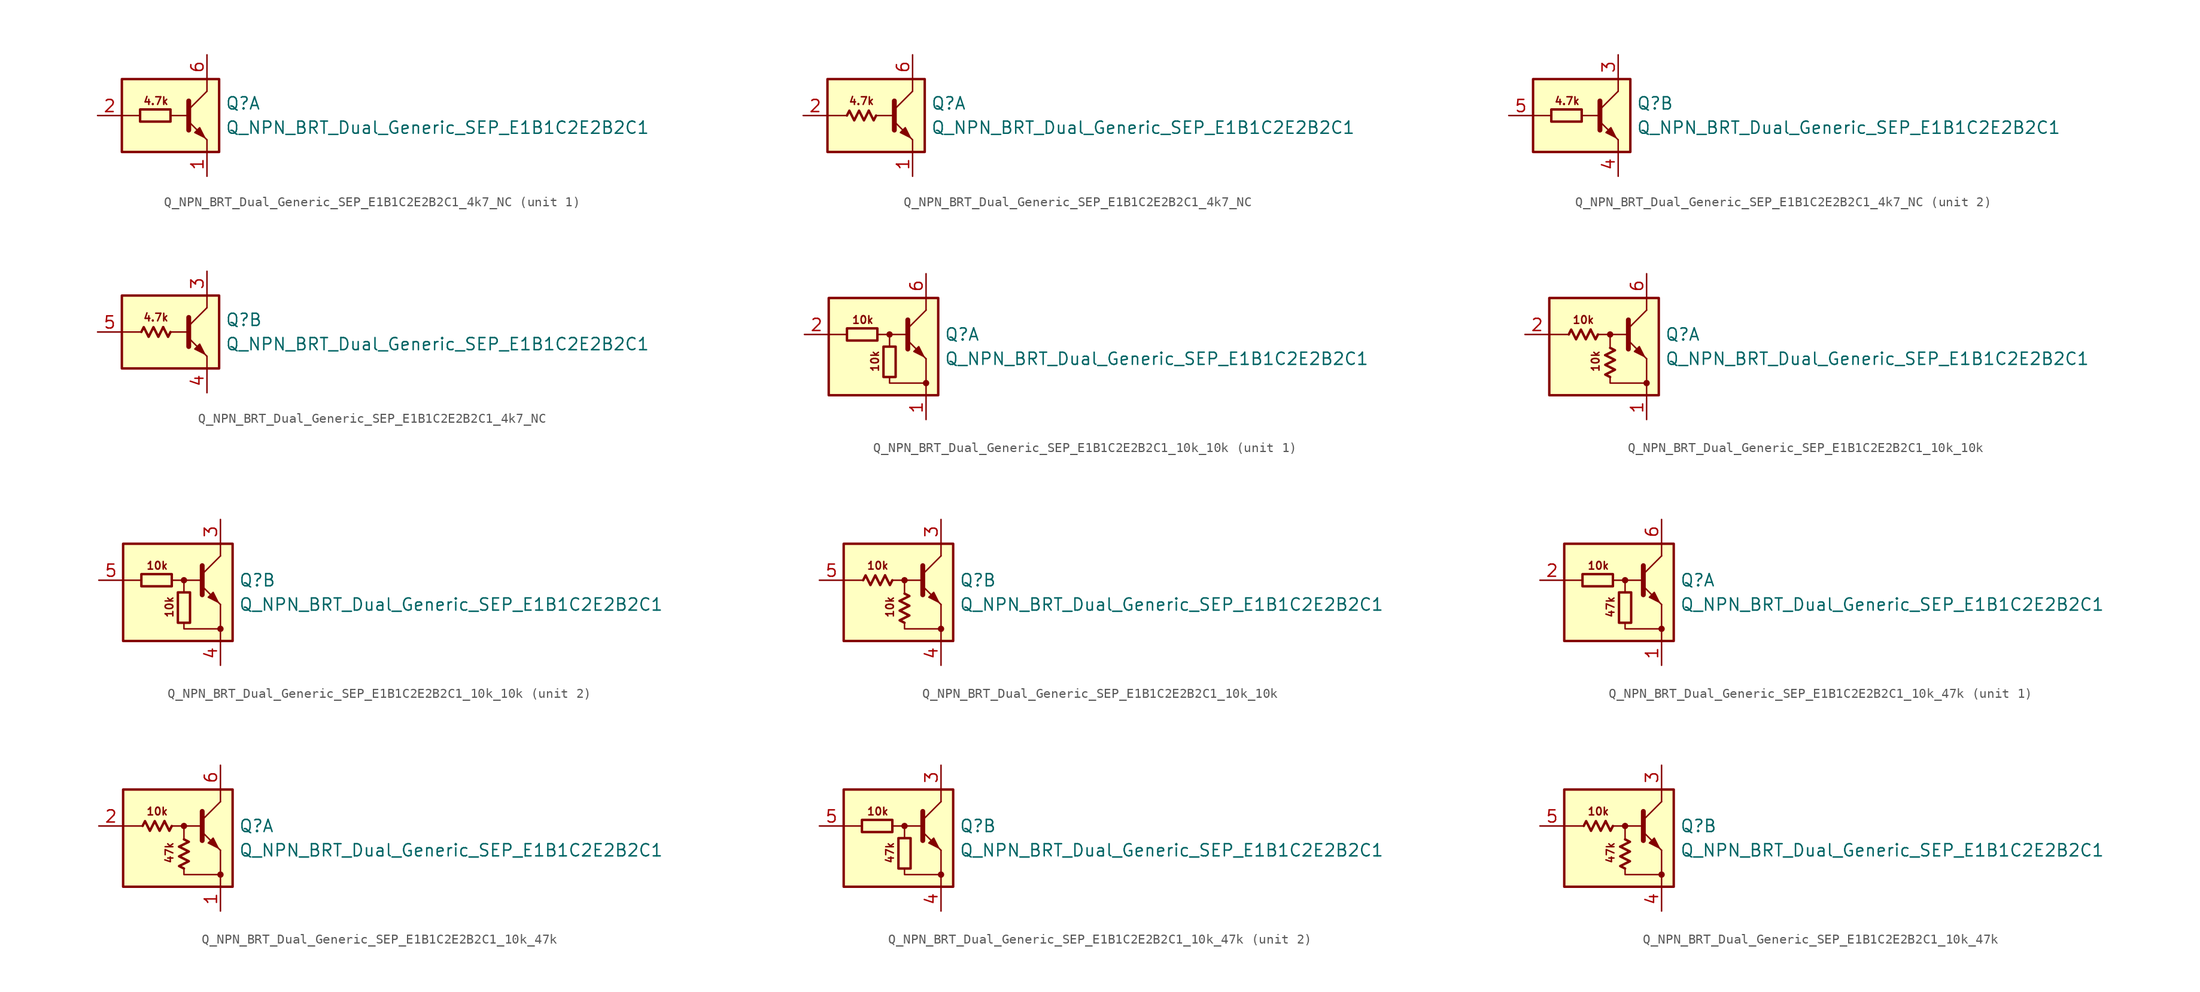
<source format=kicad_sym>
(kicad_symbol_lib
  (version 20220914)
  (generator kicad_symbol_editor)
  (symbol "Q_NPN_BRT_Dual_Generic_SEP_E1B1C2E2B2C1_4k7_NC"
    (pin_names
      (offset 1.016) hide)
    (property "Reference" "Q"
      (at 5.715 1.27 0)
      (effects (font (size 1.27 1.27)) (justify left)))
    (property "Value" "Q_NPN_BRT_Dual_Generic_SEP_E1B1C2E2B2C1"
      (at 5.715 -1.27 0)
      (effects (font (size 1.27 1.27)) (justify left)))
    (property "ki_locked" ""
      (at 0 0 0)
      (effects (font (size 1.27 1.27))))
    (symbol "Q_NPN_BRT_Dual_Generic_SEP_E1B1C2E2B2C1_4k7_NC_0_2"
      (polyline (pts (xy -0.762 0.508) (xy -0.254 -0.508) (xy 0 0)) (stroke (width 0.254) (type default)) (fill (type none)))
      (polyline (pts (xy -3.048 0) (xy -2.794 0.508) (xy -2.286 -0.508) (xy -1.778 0.508) (xy -1.27 -0.508) (xy -0.762 0.508)) (stroke (width 0.254) (type default)) (fill (type none))))
    (symbol "Q_NPN_BRT_Dual_Generic_SEP_E1B1C2E2B2C1_4k7_NC_1_0"
      (rectangle (start -5.08 3.81) (end 5.08 -3.81) (stroke (width 0.254) (type default)) (fill (type background)))
      (polyline (pts (xy -3.175 0) (xy -5.08 0)) (stroke (width 0) (type default)) (fill (type none)))
      (polyline (pts (xy 0 0) (xy 1.905 0)) (stroke (width 0) (type default)) (fill (type none)))
      (polyline (pts (xy 1.905 0.635) (xy 3.81 2.54)) (stroke (width 0) (type default)) (fill (type none)))
      (polyline (pts (xy 1.905 1.524) (xy 1.905 -1.524)) (stroke (width 0.508) (type default)) (fill (type none)))
      (polyline (pts (xy 3.81 -2.54) (xy 3.81 -3.81)) (stroke (width 0) (type default)) (fill (type none)))
      (polyline (pts (xy 3.81 2.54) (xy 3.81 3.81)) (stroke (width 0) (type default)) (fill (type none)))
      (polyline (pts (xy 1.905 -0.635) (xy 3.81 -2.54) (xy 3.81 -2.54)) (stroke (width 0) (type default)) (fill (type none)))
      (polyline (pts (xy 2.54 -1.778) (xy 3.048 -1.27) (xy 3.556 -2.286) (xy 2.54 -1.778) (xy 2.54 -1.778)) (stroke (width 0) (type default)) (fill (type outline)))
      (text "4.7k" (at -1.524 1.524 0) (effects (font (size 0.8 0.8)))))
    (symbol "Q_NPN_BRT_Dual_Generic_SEP_E1B1C2E2B2C1_4k7_NC_1_1"
      (rectangle (start -3.175 0.635) (end 0 -0.635) (stroke (width 0.254) (type default)) (fill (type none)))
      (pin passive line (at 3.81 -6.35 90) (length 2.54) (name "E1" (effects (font (size 1.27 1.27)))) (number "1" (effects (font (size 1.27 1.27)))))
      (pin passive line (at -7.62 0 0) (length 2.54) (name "B1" (effects (font (size 1.27 1.27)))) (number "2" (effects (font (size 1.27 1.27)))))
      (pin passive line (at 3.81 6.35 270) (length 2.54) (name "C1" (effects (font (size 1.27 1.27)))) (number "6" (effects (font (size 1.27 1.27))))))
    (symbol "Q_NPN_BRT_Dual_Generic_SEP_E1B1C2E2B2C1_4k7_NC_1_2"
      (pin passive line (at 3.81 -6.35 90) (length 2.54) (name "E1" (effects (font (size 1.27 1.27)))) (number "1" (effects (font (size 1.27 1.27)))))
      (pin passive line (at -7.62 0 0) (length 2.54) (name "B1" (effects (font (size 1.27 1.27)))) (number "2" (effects (font (size 1.27 1.27)))))
      (pin passive line (at 3.81 6.35 270) (length 2.54) (name "C1" (effects (font (size 1.27 1.27)))) (number "6" (effects (font (size 1.27 1.27))))))
    (symbol "Q_NPN_BRT_Dual_Generic_SEP_E1B1C2E2B2C1_4k7_NC_2_0"
      (rectangle (start -5.08 3.81) (end 5.08 -3.81) (stroke (width 0.254) (type default)) (fill (type background)))
      (polyline (pts (xy -3.175 0) (xy -5.08 0)) (stroke (width 0) (type default)) (fill (type none)))
      (polyline (pts (xy 0 0) (xy 1.905 0)) (stroke (width 0) (type default)) (fill (type none)))
      (polyline (pts (xy 1.905 0.635) (xy 3.81 2.54)) (stroke (width 0) (type default)) (fill (type none)))
      (polyline (pts (xy 1.905 1.524) (xy 1.905 -1.524)) (stroke (width 0.508) (type default)) (fill (type none)))
      (polyline (pts (xy 3.81 -2.54) (xy 3.81 -3.81)) (stroke (width 0) (type default)) (fill (type none)))
      (polyline (pts (xy 3.81 2.54) (xy 3.81 3.81)) (stroke (width 0) (type default)) (fill (type none)))
      (polyline (pts (xy 1.905 -0.635) (xy 3.81 -2.54) (xy 3.81 -2.54)) (stroke (width 0) (type default)) (fill (type none)))
      (polyline (pts (xy 2.54 -1.778) (xy 3.048 -1.27) (xy 3.556 -2.286) (xy 2.54 -1.778) (xy 2.54 -1.778)) (stroke (width 0) (type default)) (fill (type outline)))
      (text "4.7k" (at -1.524 1.524 0) (effects (font (size 0.8 0.8)))))
    (symbol "Q_NPN_BRT_Dual_Generic_SEP_E1B1C2E2B2C1_4k7_NC_2_1"
      (rectangle (start -3.175 0.635) (end 0 -0.635) (stroke (width 0.254) (type default)) (fill (type none)))
      (pin passive line (at 3.81 6.35 270) (length 2.54) (name "C2" (effects (font (size 1.27 1.27)))) (number "3" (effects (font (size 1.27 1.27)))))
      (pin passive line (at 3.81 -6.35 90) (length 2.54) (name "E2" (effects (font (size 1.27 1.27)))) (number "4" (effects (font (size 1.27 1.27)))))
      (pin input line (at -7.62 0 0) (length 2.54) (name "B2" (effects (font (size 1.27 1.27)))) (number "5" (effects (font (size 1.27 1.27))))))
    (symbol "Q_NPN_BRT_Dual_Generic_SEP_E1B1C2E2B2C1_4k7_NC_2_2"
      (pin passive line (at 3.81 6.35 270) (length 2.54) (name "C2" (effects (font (size 1.27 1.27)))) (number "3" (effects (font (size 1.27 1.27)))))
      (pin passive line (at 3.81 -6.35 90) (length 2.54) (name "E2" (effects (font (size 1.27 1.27)))) (number "4" (effects (font (size 1.27 1.27)))))
      (pin input line (at -7.62 0 0) (length 2.54) (name "B2" (effects (font (size 1.27 1.27)))) (number "5" (effects (font (size 1.27 1.27)))))))
  (symbol "Q_NPN_BRT_Dual_Generic_SEP_E1B1C2E2B2C1_10k_10k"
    (pin_names
      (offset 1.016) hide)
    (property "Reference" "Q"
      (at 5.715 1.27 0)
      (effects (font (size 1.27 1.27)) (justify left)))
    (property "Value" "Q_NPN_BRT_Dual_Generic_SEP_E1B1C2E2B2C1"
      (at 5.715 -1.27 0)
      (effects (font (size 1.27 1.27)) (justify left)))
    (property "ki_locked" ""
      (at 0 0 0)
      (effects (font (size 1.27 1.27))))
    (symbol "Q_NPN_BRT_Dual_Generic_SEP_E1B1C2E2B2C1_10k_10k_0_2"
      (polyline (pts (xy -2.032 1.778) (xy -1.524 0.762) (xy -1.27 1.27)) (stroke (width 0.254) (type default)) (fill (type none)))
      (polyline (pts (xy -0.508 -0.889) (xy 0.508 -0.381) (xy 0 -0.127)) (stroke (width 0.254) (type default)) (fill (type none)))
      (polyline (pts (xy -4.318 1.27) (xy -4.064 1.778) (xy -3.556 0.762) (xy -3.048 1.778) (xy -2.54 0.762) (xy -2.032 1.778)) (stroke (width 0.254) (type default)) (fill (type none)))
      (polyline (pts (xy 0 -3.175) (xy -0.508 -2.921) (xy 0.508 -2.413) (xy -0.508 -1.905) (xy 0.508 -1.397) (xy -0.508 -0.889)) (stroke (width 0.254) (type default)) (fill (type none))))
    (symbol "Q_NPN_BRT_Dual_Generic_SEP_E1B1C2E2B2C1_10k_10k_1_0"
      (rectangle (start -6.35 5.08) (end 5.08 -5.08) (stroke (width 0.254) (type default)) (fill (type background)))
      (polyline (pts (xy -4.445 1.27) (xy -6.35 1.27)) (stroke (width 0) (type default)) (fill (type none)))
      (polyline (pts (xy -0.254 1.27) (xy 1.905 1.27)) (stroke (width 0) (type default)) (fill (type none)))
      (polyline (pts (xy 1.905 1.905) (xy 3.81 3.81)) (stroke (width 0) (type default)) (fill (type none)))
      (polyline (pts (xy 1.905 2.794) (xy 1.905 -0.254)) (stroke (width 0.508) (type default)) (fill (type none)))
      (polyline (pts (xy 3.81 -3.81) (xy 3.81 -5.08)) (stroke (width 0) (type default)) (fill (type none)))
      (polyline (pts (xy 3.81 -3.81) (xy 3.81 -1.27)) (stroke (width 0) (type default)) (fill (type none)))
      (polyline (pts (xy 3.81 3.81) (xy 3.81 5.08)) (stroke (width 0) (type default)) (fill (type none)))
      (polyline (pts (xy -1.27 1.27) (xy 0 1.27) (xy 0 0)) (stroke (width 0) (type default)) (fill (type none)))
      (polyline (pts (xy 0 -3.175) (xy 0 -3.81) (xy 3.81 -3.81)) (stroke (width 0) (type default)) (fill (type none)))
      (polyline (pts (xy 1.905 0.635) (xy 3.81 -1.27) (xy 3.81 -1.27)) (stroke (width 0) (type default)) (fill (type none)))
      (polyline (pts (xy 2.54 -0.508) (xy 3.048 0) (xy 3.556 -1.016) (xy 2.54 -0.508) (xy 2.54 -0.508)) (stroke (width 0) (type default)) (fill (type outline)))
      (circle (center 0 1.27) (radius 0.254) (stroke (width 0) (type default)) (fill (type outline)))
      (circle (center 3.81 -3.81) (radius 0.254) (stroke (width 0) (type default)) (fill (type outline)))
      (text "10k" (at -2.794 2.794 0) (effects (font (size 0.8 0.8))))
      (text "10k" (at -1.524 -1.524 900) (effects (font (size 0.8 0.8)))))
    (symbol "Q_NPN_BRT_Dual_Generic_SEP_E1B1C2E2B2C1_10k_10k_1_1"
      (rectangle (start -4.445 1.905) (end -1.27 0.635) (stroke (width 0.254) (type default)) (fill (type none)))
      (rectangle (start -0.635 0) (end 0.635 -3.175) (stroke (width 0.254) (type default)) (fill (type none)))
      (pin passive line (at 3.81 -7.62 90) (length 2.54) (name "E1" (effects (font (size 1.27 1.27)))) (number "1" (effects (font (size 1.27 1.27)))))
      (pin passive line (at -8.89 1.27 0) (length 2.54) (name "B1" (effects (font (size 1.27 1.27)))) (number "2" (effects (font (size 1.27 1.27)))))
      (pin passive line (at 3.81 7.62 270) (length 2.54) (name "C1" (effects (font (size 1.27 1.27)))) (number "6" (effects (font (size 1.27 1.27))))))
    (symbol "Q_NPN_BRT_Dual_Generic_SEP_E1B1C2E2B2C1_10k_10k_1_2"
      (pin passive line (at 3.81 -7.62 90) (length 2.54) (name "E1" (effects (font (size 1.27 1.27)))) (number "1" (effects (font (size 1.27 1.27)))))
      (pin passive line (at -8.89 1.27 0) (length 2.54) (name "B1" (effects (font (size 1.27 1.27)))) (number "2" (effects (font (size 1.27 1.27)))))
      (pin passive line (at 3.81 7.62 270) (length 2.54) (name "C1" (effects (font (size 1.27 1.27)))) (number "6" (effects (font (size 1.27 1.27))))))
    (symbol "Q_NPN_BRT_Dual_Generic_SEP_E1B1C2E2B2C1_10k_10k_2_0"
      (rectangle (start -6.35 5.08) (end 5.08 -5.08) (stroke (width 0.254) (type default)) (fill (type background)))
      (polyline (pts (xy -4.445 1.27) (xy -6.35 1.27)) (stroke (width 0) (type default)) (fill (type none)))
      (polyline (pts (xy -0.254 1.27) (xy 1.905 1.27)) (stroke (width 0) (type default)) (fill (type none)))
      (polyline (pts (xy 1.905 1.905) (xy 3.81 3.81)) (stroke (width 0) (type default)) (fill (type none)))
      (polyline (pts (xy 1.905 2.794) (xy 1.905 -0.254)) (stroke (width 0.508) (type default)) (fill (type none)))
      (polyline (pts (xy 3.81 -3.81) (xy 3.81 -5.08)) (stroke (width 0) (type default)) (fill (type none)))
      (polyline (pts (xy 3.81 -3.81) (xy 3.81 -1.27)) (stroke (width 0) (type default)) (fill (type none)))
      (polyline (pts (xy 3.81 3.81) (xy 3.81 5.08)) (stroke (width 0) (type default)) (fill (type none)))
      (polyline (pts (xy -1.27 1.27) (xy 0 1.27) (xy 0 0)) (stroke (width 0) (type default)) (fill (type none)))
      (polyline (pts (xy 0 -3.175) (xy 0 -3.81) (xy 3.81 -3.81)) (stroke (width 0) (type default)) (fill (type none)))
      (polyline (pts (xy 1.905 0.635) (xy 3.81 -1.27) (xy 3.81 -1.27)) (stroke (width 0) (type default)) (fill (type none)))
      (polyline (pts (xy 2.54 -0.508) (xy 3.048 0) (xy 3.556 -1.016) (xy 2.54 -0.508) (xy 2.54 -0.508)) (stroke (width 0) (type default)) (fill (type outline)))
      (circle (center 0 1.27) (radius 0.254) (stroke (width 0) (type default)) (fill (type outline)))
      (circle (center 3.81 -3.81) (radius 0.254) (stroke (width 0) (type default)) (fill (type outline)))
      (text "10k" (at -2.794 2.794 0) (effects (font (size 0.8 0.8))))
      (text "10k" (at -1.524 -1.524 900) (effects (font (size 0.8 0.8)))))
    (symbol "Q_NPN_BRT_Dual_Generic_SEP_E1B1C2E2B2C1_10k_10k_2_1"
      (rectangle (start -4.445 1.905) (end -1.27 0.635) (stroke (width 0.254) (type default)) (fill (type none)))
      (rectangle (start -0.635 0) (end 0.635 -3.175) (stroke (width 0.254) (type default)) (fill (type none)))
      (pin passive line (at 3.81 7.62 270) (length 2.54) (name "C2" (effects (font (size 1.27 1.27)))) (number "3" (effects (font (size 1.27 1.27)))))
      (pin passive line (at 3.81 -7.62 90) (length 2.54) (name "E2" (effects (font (size 1.27 1.27)))) (number "4" (effects (font (size 1.27 1.27)))))
      (pin input line (at -8.89 1.27 0) (length 2.54) (name "B2" (effects (font (size 1.27 1.27)))) (number "5" (effects (font (size 1.27 1.27))))))
    (symbol "Q_NPN_BRT_Dual_Generic_SEP_E1B1C2E2B2C1_10k_10k_2_2"
      (pin passive line (at 3.81 7.62 270) (length 2.54) (name "C2" (effects (font (size 1.27 1.27)))) (number "3" (effects (font (size 1.27 1.27)))))
      (pin passive line (at 3.81 -7.62 90) (length 2.54) (name "E2" (effects (font (size 1.27 1.27)))) (number "4" (effects (font (size 1.27 1.27)))))
      (pin input line (at -8.89 1.27 0) (length 2.54) (name "B2" (effects (font (size 1.27 1.27)))) (number "5" (effects (font (size 1.27 1.27)))))))
  (symbol "Q_NPN_BRT_Dual_Generic_SEP_E1B1C2E2B2C1_10k_47k"
    (pin_names
      (offset 1.016) hide)
    (property "Reference" "Q"
      (at 5.715 1.27 0)
      (effects (font (size 1.27 1.27)) (justify left)))
    (property "Value" "Q_NPN_BRT_Dual_Generic_SEP_E1B1C2E2B2C1"
      (at 5.715 -1.27 0)
      (effects (font (size 1.27 1.27)) (justify left)))
    (property "ki_locked" ""
      (at 0 0 0)
      (effects (font (size 1.27 1.27))))
    (symbol "Q_NPN_BRT_Dual_Generic_SEP_E1B1C2E2B2C1_10k_47k_0_2"
      (polyline (pts (xy -2.032 1.778) (xy -1.524 0.762) (xy -1.27 1.27)) (stroke (width 0.254) (type default)) (fill (type none)))
      (polyline (pts (xy -0.508 -0.889) (xy 0.508 -0.381) (xy 0 -0.127)) (stroke (width 0.254) (type default)) (fill (type none)))
      (polyline (pts (xy -4.318 1.27) (xy -4.064 1.778) (xy -3.556 0.762) (xy -3.048 1.778) (xy -2.54 0.762) (xy -2.032 1.778)) (stroke (width 0.254) (type default)) (fill (type none)))
      (polyline (pts (xy 0 -3.175) (xy -0.508 -2.921) (xy 0.508 -2.413) (xy -0.508 -1.905) (xy 0.508 -1.397) (xy -0.508 -0.889)) (stroke (width 0.254) (type default)) (fill (type none))))
    (symbol "Q_NPN_BRT_Dual_Generic_SEP_E1B1C2E2B2C1_10k_47k_1_0"
      (rectangle (start -6.35 5.08) (end 5.08 -5.08) (stroke (width 0.254) (type default)) (fill (type background)))
      (polyline (pts (xy -4.445 1.27) (xy -6.35 1.27)) (stroke (width 0) (type default)) (fill (type none)))
      (polyline (pts (xy -0.254 1.27) (xy 1.905 1.27)) (stroke (width 0) (type default)) (fill (type none)))
      (polyline (pts (xy 1.905 1.905) (xy 3.81 3.81)) (stroke (width 0) (type default)) (fill (type none)))
      (polyline (pts (xy 1.905 2.794) (xy 1.905 -0.254)) (stroke (width 0.508) (type default)) (fill (type none)))
      (polyline (pts (xy 3.81 -3.81) (xy 3.81 -5.08)) (stroke (width 0) (type default)) (fill (type none)))
      (polyline (pts (xy 3.81 -3.81) (xy 3.81 -1.27)) (stroke (width 0) (type default)) (fill (type none)))
      (polyline (pts (xy 3.81 3.81) (xy 3.81 5.08)) (stroke (width 0) (type default)) (fill (type none)))
      (polyline (pts (xy -1.27 1.27) (xy 0 1.27) (xy 0 0)) (stroke (width 0) (type default)) (fill (type none)))
      (polyline (pts (xy 0 -3.175) (xy 0 -3.81) (xy 3.81 -3.81)) (stroke (width 0) (type default)) (fill (type none)))
      (polyline (pts (xy 1.905 0.635) (xy 3.81 -1.27) (xy 3.81 -1.27)) (stroke (width 0) (type default)) (fill (type none)))
      (polyline (pts (xy 2.54 -0.508) (xy 3.048 0) (xy 3.556 -1.016) (xy 2.54 -0.508) (xy 2.54 -0.508)) (stroke (width 0) (type default)) (fill (type outline)))
      (circle (center 0 1.27) (radius 0.254) (stroke (width 0) (type default)) (fill (type outline)))
      (circle (center 3.81 -3.81) (radius 0.254) (stroke (width 0) (type default)) (fill (type outline)))
      (text "10k" (at -2.794 2.794 0) (effects (font (size 0.8 0.8))))
      (text "47k" (at -1.524 -1.524 900) (effects (font (size 0.8 0.8)))))
    (symbol "Q_NPN_BRT_Dual_Generic_SEP_E1B1C2E2B2C1_10k_47k_1_1"
      (rectangle (start -4.445 1.905) (end -1.27 0.635) (stroke (width 0.254) (type default)) (fill (type none)))
      (rectangle (start -0.635 0) (end 0.635 -3.175) (stroke (width 0.254) (type default)) (fill (type none)))
      (pin passive line (at 3.81 -7.62 90) (length 2.54) (name "E1" (effects (font (size 1.27 1.27)))) (number "1" (effects (font (size 1.27 1.27)))))
      (pin passive line (at -8.89 1.27 0) (length 2.54) (name "B1" (effects (font (size 1.27 1.27)))) (number "2" (effects (font (size 1.27 1.27)))))
      (pin passive line (at 3.81 7.62 270) (length 2.54) (name "C1" (effects (font (size 1.27 1.27)))) (number "6" (effects (font (size 1.27 1.27))))))
    (symbol "Q_NPN_BRT_Dual_Generic_SEP_E1B1C2E2B2C1_10k_47k_1_2"
      (pin passive line (at 3.81 -7.62 90) (length 2.54) (name "E1" (effects (font (size 1.27 1.27)))) (number "1" (effects (font (size 1.27 1.27)))))
      (pin passive line (at -8.89 1.27 0) (length 2.54) (name "B1" (effects (font (size 1.27 1.27)))) (number "2" (effects (font (size 1.27 1.27)))))
      (pin passive line (at 3.81 7.62 270) (length 2.54) (name "C1" (effects (font (size 1.27 1.27)))) (number "6" (effects (font (size 1.27 1.27))))))
    (symbol "Q_NPN_BRT_Dual_Generic_SEP_E1B1C2E2B2C1_10k_47k_2_0"
      (rectangle (start -6.35 5.08) (end 5.08 -5.08) (stroke (width 0.254) (type default)) (fill (type background)))
      (polyline (pts (xy -4.445 1.27) (xy -6.35 1.27)) (stroke (width 0) (type default)) (fill (type none)))
      (polyline (pts (xy -0.254 1.27) (xy 1.905 1.27)) (stroke (width 0) (type default)) (fill (type none)))
      (polyline (pts (xy 1.905 1.905) (xy 3.81 3.81)) (stroke (width 0) (type default)) (fill (type none)))
      (polyline (pts (xy 1.905 2.794) (xy 1.905 -0.254)) (stroke (width 0.508) (type default)) (fill (type none)))
      (polyline (pts (xy 3.81 -3.81) (xy 3.81 -5.08)) (stroke (width 0) (type default)) (fill (type none)))
      (polyline (pts (xy 3.81 -3.81) (xy 3.81 -1.27)) (stroke (width 0) (type default)) (fill (type none)))
      (polyline (pts (xy 3.81 3.81) (xy 3.81 5.08)) (stroke (width 0) (type default)) (fill (type none)))
      (polyline (pts (xy -1.27 1.27) (xy 0 1.27) (xy 0 0)) (stroke (width 0) (type default)) (fill (type none)))
      (polyline (pts (xy 0 -3.175) (xy 0 -3.81) (xy 3.81 -3.81)) (stroke (width 0) (type default)) (fill (type none)))
      (polyline (pts (xy 1.905 0.635) (xy 3.81 -1.27) (xy 3.81 -1.27)) (stroke (width 0) (type default)) (fill (type none)))
      (polyline (pts (xy 2.54 -0.508) (xy 3.048 0) (xy 3.556 -1.016) (xy 2.54 -0.508) (xy 2.54 -0.508)) (stroke (width 0) (type default)) (fill (type outline)))
      (circle (center 0 1.27) (radius 0.254) (stroke (width 0) (type default)) (fill (type outline)))
      (circle (center 3.81 -3.81) (radius 0.254) (stroke (width 0) (type default)) (fill (type outline)))
      (text "10k" (at -2.794 2.794 0) (effects (font (size 0.8 0.8))))
      (text "47k" (at -1.524 -1.524 900) (effects (font (size 0.8 0.8)))))
    (symbol "Q_NPN_BRT_Dual_Generic_SEP_E1B1C2E2B2C1_10k_47k_2_1"
      (rectangle (start -4.445 1.905) (end -1.27 0.635) (stroke (width 0.254) (type default)) (fill (type none)))
      (rectangle (start -0.635 0) (end 0.635 -3.175) (stroke (width 0.254) (type default)) (fill (type none)))
      (pin passive line (at 3.81 7.62 270) (length 2.54) (name "C2" (effects (font (size 1.27 1.27)))) (number "3" (effects (font (size 1.27 1.27)))))
      (pin passive line (at 3.81 -7.62 90) (length 2.54) (name "E2" (effects (font (size 1.27 1.27)))) (number "4" (effects (font (size 1.27 1.27)))))
      (pin input line (at -8.89 1.27 0) (length 2.54) (name "B2" (effects (font (size 1.27 1.27)))) (number "5" (effects (font (size 1.27 1.27))))))
    (symbol "Q_NPN_BRT_Dual_Generic_SEP_E1B1C2E2B2C1_10k_47k_2_2"
      (pin passive line (at 3.81 7.62 270) (length 2.54) (name "C2" (effects (font (size 1.27 1.27)))) (number "3" (effects (font (size 1.27 1.27)))))
      (pin passive line (at 3.81 -7.62 90) (length 2.54) (name "E2" (effects (font (size 1.27 1.27)))) (number "4" (effects (font (size 1.27 1.27)))))
      (pin input line (at -8.89 1.27 0) (length 2.54) (name "B2" (effects (font (size 1.27 1.27)))) (number "5" (effects (font (size 1.27 1.27))))))))
</source>
